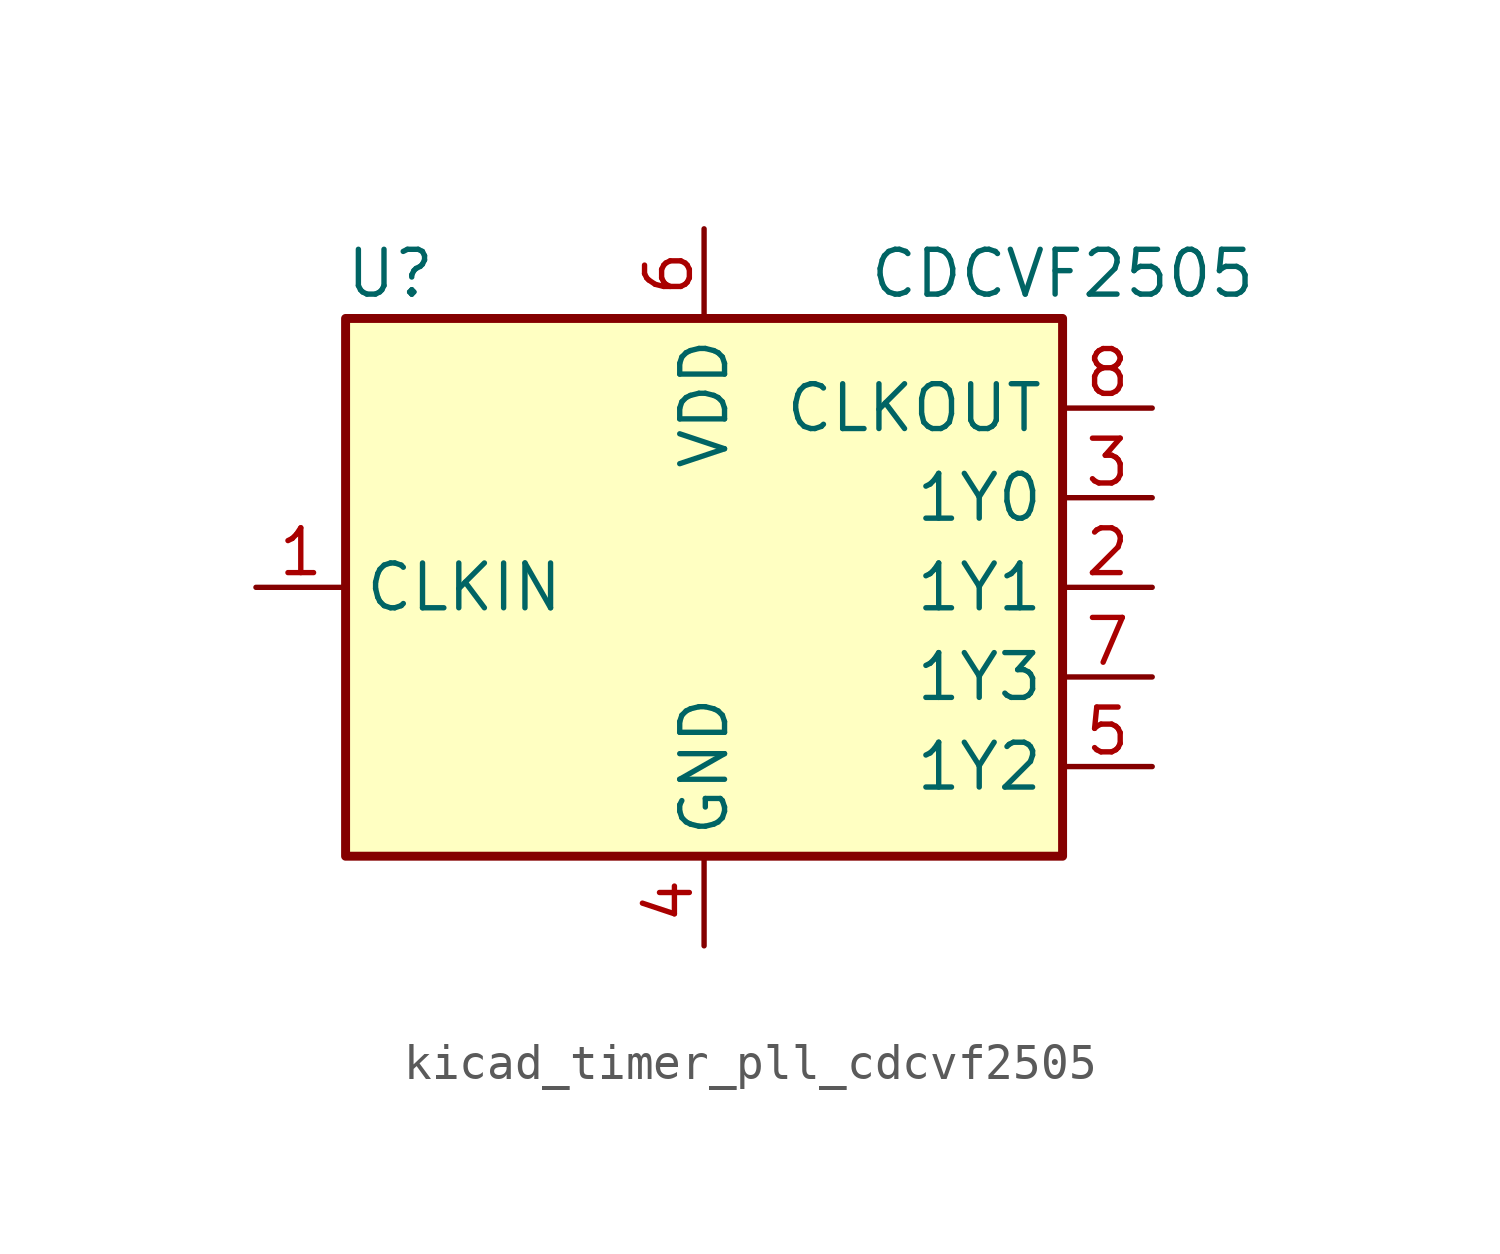
<source format=kicad_sym>
(kicad_symbol_lib
  (version 20220914)
  (generator kicad_symbol_editor)
  (symbol "kicad_timer_pll_cdcvf2505"
    (property "Reference" "U"
      (at -8.89 8.89 0)
      (effects (font (size 1.27 1.27))))
    (property "Value" "CDCVF2505"
      (at 10.16 8.89 0)
      (effects (font (size 1.27 1.27))))
    (symbol "kicad_timer_pll_cdcvf2505_0_1"
      (rectangle (start -10.16 7.62) (end 10.16 -7.62) (stroke (width 0.254) (type default)) (fill (type background))))
    (symbol "kicad_timer_pll_cdcvf2505_1_1"
      (pin input line (at -12.7 0 0) (length 2.54) (name "CLKIN" (effects (font (size 1.27 1.27)))) (number "1" (effects (font (size 1.27 1.27)))))
      (pin tri_state line (at 12.7 0 180) (length 2.54) (name "1Y1" (effects (font (size 1.27 1.27)))) (number "2" (effects (font (size 1.27 1.27)))))
      (pin tri_state line (at 12.7 2.54 180) (length 2.54) (name "1Y0" (effects (font (size 1.27 1.27)))) (number "3" (effects (font (size 1.27 1.27)))))
      (pin power_in line (at 0 -10.16 90) (length 2.54) (name "GND" (effects (font (size 1.27 1.27)))) (number "4" (effects (font (size 1.27 1.27)))))
      (pin tri_state line (at 12.7 -5.08 180) (length 2.54) (name "1Y2" (effects (font (size 1.27 1.27)))) (number "5" (effects (font (size 1.27 1.27)))))
      (pin power_in line (at 0 10.16 270) (length 2.54) (name "VDD" (effects (font (size 1.27 1.27)))) (number "6" (effects (font (size 1.27 1.27)))))
      (pin tri_state line (at 12.7 -2.54 180) (length 2.54) (name "1Y3" (effects (font (size 1.27 1.27)))) (number "7" (effects (font (size 1.27 1.27)))))
      (pin tri_state line (at 12.7 5.08 180) (length 2.54) (name "CLKOUT" (effects (font (size 1.27 1.27)))) (number "8" (effects (font (size 1.27 1.27))))))))
</source>
